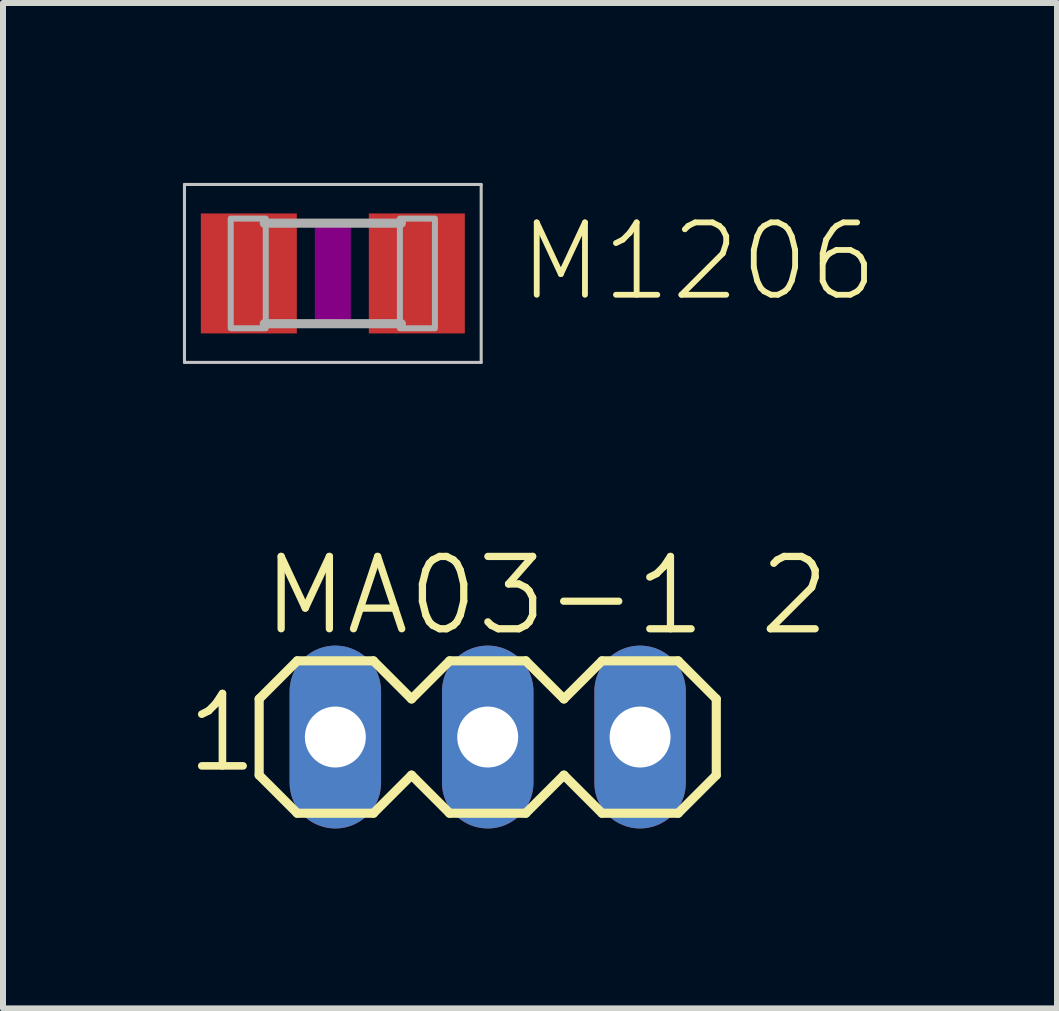
<source format=kicad_pcb>
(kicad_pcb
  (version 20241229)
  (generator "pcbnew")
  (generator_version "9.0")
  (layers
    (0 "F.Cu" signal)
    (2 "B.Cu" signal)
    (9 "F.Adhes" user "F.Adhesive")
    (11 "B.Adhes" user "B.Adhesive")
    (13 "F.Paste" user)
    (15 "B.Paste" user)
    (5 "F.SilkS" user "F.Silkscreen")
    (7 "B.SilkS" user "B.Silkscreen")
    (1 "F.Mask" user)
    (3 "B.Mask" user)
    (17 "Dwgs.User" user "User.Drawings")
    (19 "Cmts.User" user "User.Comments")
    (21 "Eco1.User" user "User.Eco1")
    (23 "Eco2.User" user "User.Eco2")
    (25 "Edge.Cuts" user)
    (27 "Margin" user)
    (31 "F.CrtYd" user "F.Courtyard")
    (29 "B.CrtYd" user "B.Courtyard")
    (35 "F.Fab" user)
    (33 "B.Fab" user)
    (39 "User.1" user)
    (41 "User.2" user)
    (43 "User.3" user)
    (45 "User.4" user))
  (footprint "M1206"
    (layer "F.Cu")
    (at 2.498 1.508)
    (property "Reference" "M1206" (at 3.048 0.508 180) (layer "F.SilkS") (effects (font (size 1.206 1.206) (thickness 0.097)) (justify left bottom)))
    (attr through_hole)
    (fp_poly (pts (xy -0.3 0.8) (xy 0.3 0.8) (xy 0.3 -0.8) (xy -0.3 -0.8)) (stroke (width 0) (type solid)) (fill yes) (layer "F.Adhes"))
    (fp_line (start -2.473 -1.483) (end 2.473 -1.483) (stroke (width 0.051) (type solid)) (layer "Dwgs.User"))
    (fp_line (start -2.473 1.483) (end -2.473 -1.483) (stroke (width 0.051) (type solid)) (layer "Dwgs.User"))
    (fp_line (start 2.473 -1.483) (end 2.473 1.483) (stroke (width 0.051) (type solid)) (layer "Dwgs.User"))
    (fp_line (start 2.473 1.483) (end -2.473 1.483) (stroke (width 0.051) (type solid)) (layer "Dwgs.User"))
    (fp_line (start 1.143 -0.838) (end -1.143 -0.838) (stroke (width 0.152) (type solid)) (layer "F.Fab"))
    (fp_line (start 1.143 0.838) (end -1.143 0.838) (stroke (width 0.152) (type solid)) (layer "F.Fab"))
    (fp_poly (pts (xy -1.702 0.914) (xy -1.118 0.914) (xy -1.118 -0.914) (xy -1.702 -0.914)) (stroke (width 0.1) (type solid)) (fill no) (layer "F.Fab"))
    (fp_poly (pts (xy 1.118 0.914) (xy 1.702 0.914) (xy 1.702 -0.914) (xy 1.118 -0.914)) (stroke (width 0.1) (type solid)) (fill no) (layer "F.Fab"))
    (pad "1" smd rect (at -1.4 0) (size 1.6 2) (layers "F.Cu" "F.Mask" "F.Paste"))
    (pad "2" smd rect (at 1.4 0) (size 1.6 2) (layers "F.Cu" "F.Mask" "F.Paste")))
  (footprint "MA03-1 2"
    (layer "F.Cu")
    (at 5.08 9.236)
    (property "Reference" "MA03-1 2" (at -3.81 -1.651 180) (layer "F.SilkS") (effects (font (size 1.206 1.206) (thickness 0.121)) (justify left bottom)))
    (attr through_hole)
    (fp_line (start -3.81 -0.635) (end -3.81 0.635) (stroke (width 0.152) (type solid)) (layer "F.SilkS"))
    (fp_line (start -3.81 0.635) (end -3.175 1.27) (stroke (width 0.152) (type solid)) (layer "F.SilkS"))
    (fp_line (start -3.175 -1.27) (end -3.81 -0.635) (stroke (width 0.152) (type solid)) (layer "F.SilkS"))
    (fp_line (start -3.175 -1.27) (end -1.905 -1.27) (stroke (width 0.152) (type solid)) (layer "F.SilkS"))
    (fp_line (start -1.905 -1.27) (end -1.27 -0.635) (stroke (width 0.152) (type solid)) (layer "F.SilkS"))
    (fp_line (start -1.905 1.27) (end -3.175 1.27) (stroke (width 0.152) (type solid)) (layer "F.SilkS"))
    (fp_line (start -1.27 -0.635) (end -0.635 -1.27) (stroke (width 0.152) (type solid)) (layer "F.SilkS"))
    (fp_line (start -1.27 0.635) (end -1.905 1.27) (stroke (width 0.152) (type solid)) (layer "F.SilkS"))
    (fp_line (start -0.635 -1.27) (end 0.635 -1.27) (stroke (width 0.152) (type solid)) (layer "F.SilkS"))
    (fp_line (start -0.635 1.27) (end -1.27 0.635) (stroke (width 0.152) (type solid)) (layer "F.SilkS"))
    (fp_line (start 0.635 -1.27) (end 1.27 -0.635) (stroke (width 0.152) (type solid)) (layer "F.SilkS"))
    (fp_line (start 0.635 1.27) (end -0.635 1.27) (stroke (width 0.152) (type solid)) (layer "F.SilkS"))
    (fp_line (start 1.27 -0.635) (end 1.905 -1.27) (stroke (width 0.152) (type solid)) (layer "F.SilkS"))
    (fp_line (start 1.27 0.635) (end 0.635 1.27) (stroke (width 0.152) (type solid)) (layer "F.SilkS"))
    (fp_line (start 1.905 -1.27) (end 3.175 -1.27) (stroke (width 0.152) (type solid)) (layer "F.SilkS"))
    (fp_line (start 1.905 1.27) (end 1.27 0.635) (stroke (width 0.152) (type solid)) (layer "F.SilkS"))
    (fp_line (start 3.175 -1.27) (end 3.81 -0.635) (stroke (width 0.152) (type solid)) (layer "F.SilkS"))
    (fp_line (start 3.175 1.27) (end 1.905 1.27) (stroke (width 0.152) (type solid)) (layer "F.SilkS"))
    (fp_line (start 3.81 -0.635) (end 3.81 0.635) (stroke (width 0.152) (type solid)) (layer "F.SilkS"))
    (fp_line (start 3.81 0.635) (end 3.175 1.27) (stroke (width 0.152) (type solid)) (layer "F.SilkS"))
    (fp_poly (pts (xy -2.794 0.254) (xy -2.286 0.254) (xy -2.286 -0.254) (xy -2.794 -0.254)) (stroke (width 0.1) (type solid)) (fill no) (layer "F.Fab"))
    (fp_poly (pts (xy -0.254 0.254) (xy 0.254 0.254) (xy 0.254 -0.254) (xy -0.254 -0.254)) (stroke (width 0.1) (type solid)) (fill no) (layer "F.Fab"))
    (fp_poly (pts (xy 2.286 0.254) (xy 2.794 0.254) (xy 2.794 -0.254) (xy 2.286 -0.254)) (stroke (width 0.1) (type solid)) (fill no) (layer "F.Fab"))
    (fp_text user "1" (at -5.08 0.635 0) (layer "F.SilkS") (effects (font (size 1.206 1.206) (thickness 0.127)) (justify left bottom)))
    (pad "1" thru_hole oval (at -2.54 0 90) (size 3.048 1.524) (drill 1.016) (layers "*.Cu" "*.Mask"))
    (pad "2" thru_hole oval (at 0 0 90) (size 3.048 1.524) (drill 1.016) (layers "*.Cu" "*.Mask"))
    (pad "3" thru_hole oval (at 2.54 0 90) (size 3.048 1.524) (drill 1.016) (layers "*.Cu" "*.Mask")))
  (gr_rect
    (start -3 -3)
    (end 14.57 13.76)
    (stroke (width 0.1) (type default))
    (fill no)
    (layer "Edge.Cuts")))
</source>
